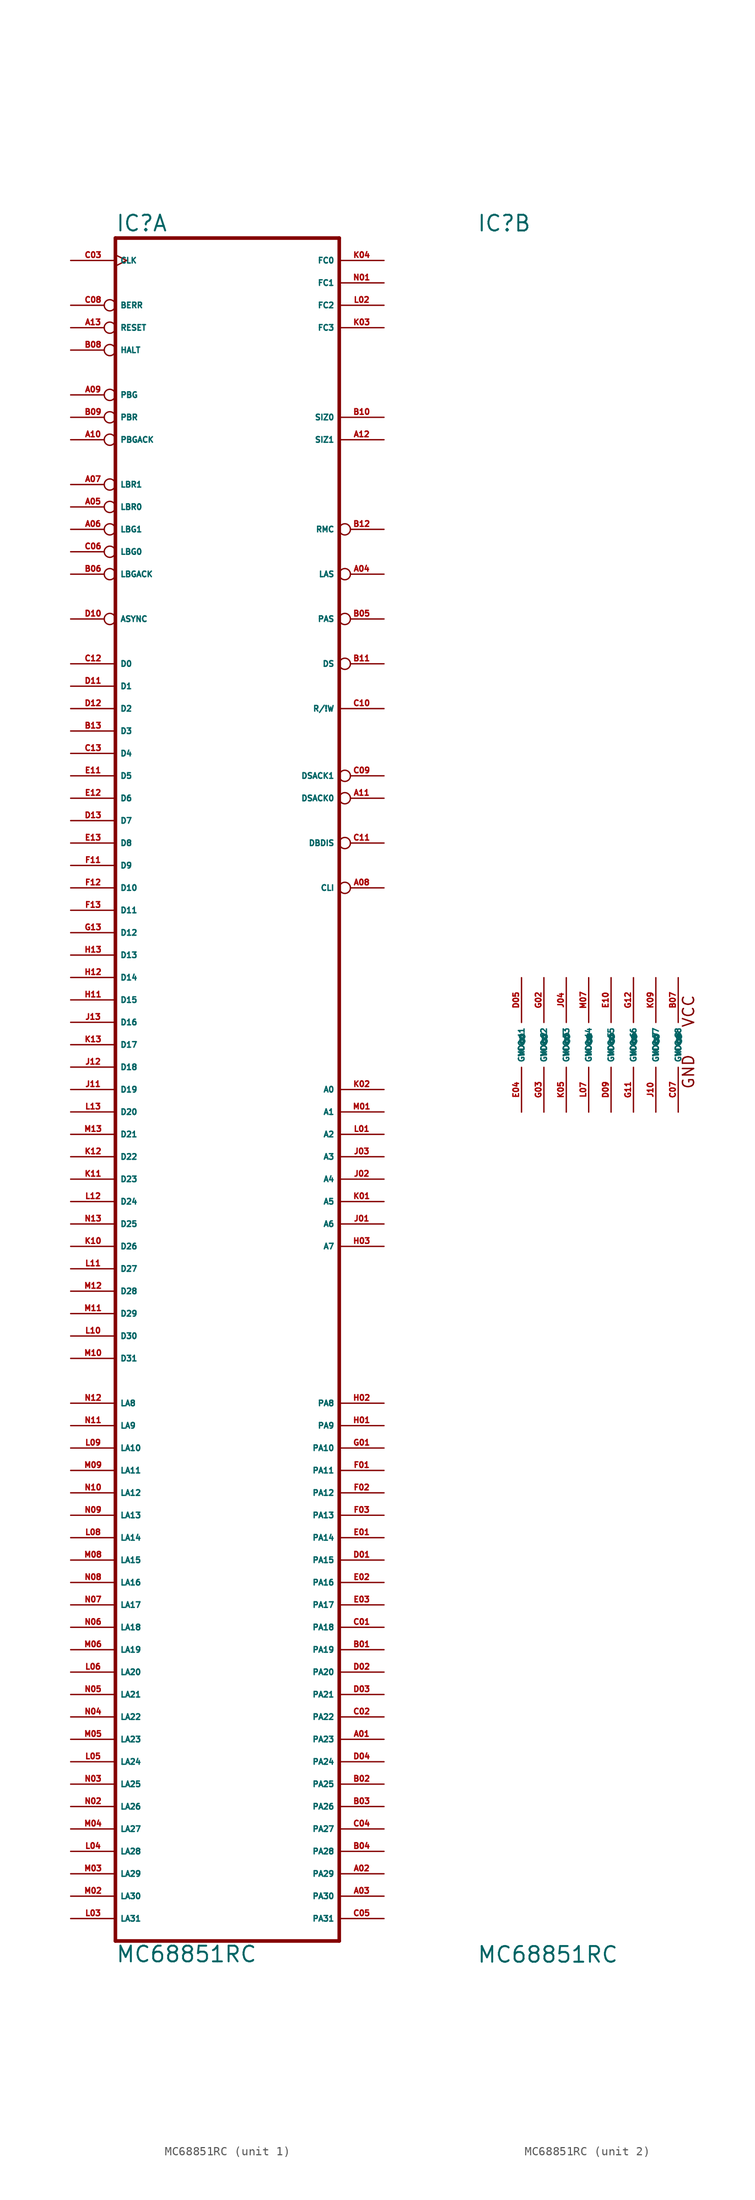
<source format=kicad_sym>
(kicad_symbol_lib
  (version 20220914)
  (generator Eagle2Kicad)
  (symbol "MC68851RC"
    (property "Reference" "IC"
      (at -12.7 92.075 0)
      (effects (font (size 1.778 1.778) (thickness 0.22)) (justify left bottom)))
    (property "Value" "MC68851RC"
      (at -12.7 -104.14 0)
      (effects (font (size 1.778 1.778) (thickness 0.22)) (justify left bottom)))
    (symbol "MC68851RC_1_0"
      (polyline (pts (xy -12.7 -101.6) (xy 12.7 -101.6)) (stroke (width 0.406) (type default)) (fill (type none)))
      (polyline (pts (xy 12.7 91.44) (xy 12.7 -101.6)) (stroke (width 0.406) (type default)) (fill (type none)))
      (polyline (pts (xy 12.7 91.44) (xy -12.7 91.44)) (stroke (width 0.406) (type default)) (fill (type none)))
      (polyline (pts (xy -12.7 -101.6) (xy -12.7 91.44)) (stroke (width 0.406) (type default)) (fill (type none)))
      (pin input clock (at -17.78 88.9 0) (length 5.08) (name "CLK" (effects (font (size 0.635 0.635) (thickness 0.08)) (justify left bottom))) (number "C03" (effects (font (size 0.635 0.635) (thickness 0.08)) (justify left bottom))))
      (pin bidirectional inverted (at -17.78 83.82 0) (length 5.08) (name "BERR" (effects (font (size 0.635 0.635) (thickness 0.08)) (justify left bottom))) (number "C08" (effects (font (size 0.635 0.635) (thickness 0.08)) (justify left bottom))))
      (pin input inverted (at -17.78 81.28 0) (length 5.08) (name "RESET" (effects (font (size 0.635 0.635) (thickness 0.08)) (justify left bottom))) (number "A13" (effects (font (size 0.635 0.635) (thickness 0.08)) (justify left bottom))))
      (pin bidirectional inverted (at -17.78 78.74 0) (length 5.08) (name "HALT" (effects (font (size 0.635 0.635) (thickness 0.08)) (justify left bottom))) (number "B08" (effects (font (size 0.635 0.635) (thickness 0.08)) (justify left bottom))))
      (pin bidirectional inverted (at -17.78 53.34 0) (length 5.08) (name "LBGACK" (effects (font (size 0.635 0.635) (thickness 0.08)) (justify left bottom))) (number "B06" (effects (font (size 0.635 0.635) (thickness 0.08)) (justify left bottom))))
      (pin input inverted (at -17.78 71.12 0) (length 5.08) (name "PBR" (effects (font (size 0.635 0.635) (thickness 0.08)) (justify left bottom))) (number "B09" (effects (font (size 0.635 0.635) (thickness 0.08)) (justify left bottom))))
      (pin input inverted (at -17.78 68.58 0) (length 5.08) (name "PBGACK" (effects (font (size 0.635 0.635) (thickness 0.08)) (justify left bottom))) (number "A10" (effects (font (size 0.635 0.635) (thickness 0.08)) (justify left bottom))))
      (pin input inverted (at -17.78 63.5 0) (length 5.08) (name "LBR1" (effects (font (size 0.635 0.635) (thickness 0.08)) (justify left bottom))) (number "A07" (effects (font (size 0.635 0.635) (thickness 0.08)) (justify left bottom))))
      (pin bidirectional line (at -17.78 43.18 0) (length 5.08) (name "D0" (effects (font (size 0.635 0.635) (thickness 0.08)) (justify left bottom))) (number "C12" (effects (font (size 0.635 0.635) (thickness 0.08)) (justify left bottom))))
      (pin bidirectional line (at -17.78 40.64 0) (length 5.08) (name "D1" (effects (font (size 0.635 0.635) (thickness 0.08)) (justify left bottom))) (number "D11" (effects (font (size 0.635 0.635) (thickness 0.08)) (justify left bottom))))
      (pin bidirectional line (at -17.78 38.1 0) (length 5.08) (name "D2" (effects (font (size 0.635 0.635) (thickness 0.08)) (justify left bottom))) (number "D12" (effects (font (size 0.635 0.635) (thickness 0.08)) (justify left bottom))))
      (pin bidirectional line (at -17.78 35.56 0) (length 5.08) (name "D3" (effects (font (size 0.635 0.635) (thickness 0.08)) (justify left bottom))) (number "B13" (effects (font (size 0.635 0.635) (thickness 0.08)) (justify left bottom))))
      (pin bidirectional line (at -17.78 33.02 0) (length 5.08) (name "D4" (effects (font (size 0.635 0.635) (thickness 0.08)) (justify left bottom))) (number "C13" (effects (font (size 0.635 0.635) (thickness 0.08)) (justify left bottom))))
      (pin bidirectional line (at -17.78 30.48 0) (length 5.08) (name "D5" (effects (font (size 0.635 0.635) (thickness 0.08)) (justify left bottom))) (number "E11" (effects (font (size 0.635 0.635) (thickness 0.08)) (justify left bottom))))
      (pin bidirectional line (at -17.78 27.94 0) (length 5.08) (name "D6" (effects (font (size 0.635 0.635) (thickness 0.08)) (justify left bottom))) (number "E12" (effects (font (size 0.635 0.635) (thickness 0.08)) (justify left bottom))))
      (pin bidirectional line (at -17.78 25.4 0) (length 5.08) (name "D7" (effects (font (size 0.635 0.635) (thickness 0.08)) (justify left bottom))) (number "D13" (effects (font (size 0.635 0.635) (thickness 0.08)) (justify left bottom))))
      (pin bidirectional line (at -17.78 22.86 0) (length 5.08) (name "D8" (effects (font (size 0.635 0.635) (thickness 0.08)) (justify left bottom))) (number "E13" (effects (font (size 0.635 0.635) (thickness 0.08)) (justify left bottom))))
      (pin bidirectional line (at -17.78 20.32 0) (length 5.08) (name "D9" (effects (font (size 0.635 0.635) (thickness 0.08)) (justify left bottom))) (number "F11" (effects (font (size 0.635 0.635) (thickness 0.08)) (justify left bottom))))
      (pin bidirectional line (at -17.78 17.78 0) (length 5.08) (name "D10" (effects (font (size 0.635 0.635) (thickness 0.08)) (justify left bottom))) (number "F12" (effects (font (size 0.635 0.635) (thickness 0.08)) (justify left bottom))))
      (pin bidirectional line (at -17.78 15.24 0) (length 5.08) (name "D11" (effects (font (size 0.635 0.635) (thickness 0.08)) (justify left bottom))) (number "F13" (effects (font (size 0.635 0.635) (thickness 0.08)) (justify left bottom))))
      (pin bidirectional line (at -17.78 12.7 0) (length 5.08) (name "D12" (effects (font (size 0.635 0.635) (thickness 0.08)) (justify left bottom))) (number "G13" (effects (font (size 0.635 0.635) (thickness 0.08)) (justify left bottom))))
      (pin bidirectional line (at -17.78 10.16 0) (length 5.08) (name "D13" (effects (font (size 0.635 0.635) (thickness 0.08)) (justify left bottom))) (number "H13" (effects (font (size 0.635 0.635) (thickness 0.08)) (justify left bottom))))
      (pin bidirectional line (at -17.78 7.62 0) (length 5.08) (name "D14" (effects (font (size 0.635 0.635) (thickness 0.08)) (justify left bottom))) (number "H12" (effects (font (size 0.635 0.635) (thickness 0.08)) (justify left bottom))))
      (pin bidirectional line (at -17.78 5.08 0) (length 5.08) (name "D15" (effects (font (size 0.635 0.635) (thickness 0.08)) (justify left bottom))) (number "H11" (effects (font (size 0.635 0.635) (thickness 0.08)) (justify left bottom))))
      (pin bidirectional line (at 17.78 71.12 180) (length 5.08) (name "SIZ0" (effects (font (size 0.635 0.635) (thickness 0.08)) (justify left bottom))) (number "B10" (effects (font (size 0.635 0.635) (thickness 0.08)) (justify left bottom))))
      (pin bidirectional line (at 17.78 68.58 180) (length 5.08) (name "SIZ1" (effects (font (size 0.635 0.635) (thickness 0.08)) (justify left bottom))) (number "A12" (effects (font (size 0.635 0.635) (thickness 0.08)) (justify left bottom))))
      (pin bidirectional line (at 17.78 88.9 180) (length 5.08) (name "FC0" (effects (font (size 0.635 0.635) (thickness 0.08)) (justify left bottom))) (number "K04" (effects (font (size 0.635 0.635) (thickness 0.08)) (justify left bottom))))
      (pin bidirectional line (at 17.78 86.36 180) (length 5.08) (name "FC1" (effects (font (size 0.635 0.635) (thickness 0.08)) (justify left bottom))) (number "N01" (effects (font (size 0.635 0.635) (thickness 0.08)) (justify left bottom))))
      (pin bidirectional line (at 17.78 83.82 180) (length 5.08) (name "FC2" (effects (font (size 0.635 0.635) (thickness 0.08)) (justify left bottom))) (number "L02" (effects (font (size 0.635 0.635) (thickness 0.08)) (justify left bottom))))
      (pin input inverted (at 17.78 53.34 180) (length 5.08) (name "LAS" (effects (font (size 0.635 0.635) (thickness 0.08)) (justify left bottom))) (number "A04" (effects (font (size 0.635 0.635) (thickness 0.08)) (justify left bottom))))
      (pin bidirectional line (at 17.78 38.1 180) (length 5.08) (name "R/!W" (effects (font (size 0.635 0.635) (thickness 0.08)) (justify left bottom))) (number "C10" (effects (font (size 0.635 0.635) (thickness 0.08)) (justify left bottom))))
      (pin bidirectional inverted (at 17.78 58.42 180) (length 5.08) (name "RMC" (effects (font (size 0.635 0.635) (thickness 0.08)) (justify left bottom))) (number "B12" (effects (font (size 0.635 0.635) (thickness 0.08)) (justify left bottom))))
      (pin output inverted (at 17.78 48.26 180) (length 5.08) (name "PAS" (effects (font (size 0.635 0.635) (thickness 0.08)) (justify left bottom))) (number "B05" (effects (font (size 0.635 0.635) (thickness 0.08)) (justify left bottom))))
      (pin bidirectional line (at 17.78 -7.62 180) (length 5.08) (name "A1" (effects (font (size 0.635 0.635) (thickness 0.08)) (justify left bottom))) (number "M01" (effects (font (size 0.635 0.635) (thickness 0.08)) (justify left bottom))))
      (pin bidirectional line (at 17.78 -10.16 180) (length 5.08) (name "A2" (effects (font (size 0.635 0.635) (thickness 0.08)) (justify left bottom))) (number "L01" (effects (font (size 0.635 0.635) (thickness 0.08)) (justify left bottom))))
      (pin bidirectional line (at 17.78 -12.7 180) (length 5.08) (name "A3" (effects (font (size 0.635 0.635) (thickness 0.08)) (justify left bottom))) (number "J03" (effects (font (size 0.635 0.635) (thickness 0.08)) (justify left bottom))))
      (pin bidirectional line (at 17.78 -15.24 180) (length 5.08) (name "A4" (effects (font (size 0.635 0.635) (thickness 0.08)) (justify left bottom))) (number "J02" (effects (font (size 0.635 0.635) (thickness 0.08)) (justify left bottom))))
      (pin bidirectional line (at 17.78 -17.78 180) (length 5.08) (name "A5" (effects (font (size 0.635 0.635) (thickness 0.08)) (justify left bottom))) (number "K01" (effects (font (size 0.635 0.635) (thickness 0.08)) (justify left bottom))))
      (pin bidirectional line (at 17.78 -20.32 180) (length 5.08) (name "A6" (effects (font (size 0.635 0.635) (thickness 0.08)) (justify left bottom))) (number "J01" (effects (font (size 0.635 0.635) (thickness 0.08)) (justify left bottom))))
      (pin bidirectional line (at 17.78 -22.86 180) (length 5.08) (name "A7" (effects (font (size 0.635 0.635) (thickness 0.08)) (justify left bottom))) (number "H03" (effects (font (size 0.635 0.635) (thickness 0.08)) (justify left bottom))))
      (pin output line (at 17.78 -40.64 180) (length 5.08) (name "PA8" (effects (font (size 0.635 0.635) (thickness 0.08)) (justify left bottom))) (number "H02" (effects (font (size 0.635 0.635) (thickness 0.08)) (justify left bottom))))
      (pin output line (at 17.78 -43.18 180) (length 5.08) (name "PA9" (effects (font (size 0.635 0.635) (thickness 0.08)) (justify left bottom))) (number "H01" (effects (font (size 0.635 0.635) (thickness 0.08)) (justify left bottom))))
      (pin output line (at 17.78 -45.72 180) (length 5.08) (name "PA10" (effects (font (size 0.635 0.635) (thickness 0.08)) (justify left bottom))) (number "G01" (effects (font (size 0.635 0.635) (thickness 0.08)) (justify left bottom))))
      (pin output line (at 17.78 -48.26 180) (length 5.08) (name "PA11" (effects (font (size 0.635 0.635) (thickness 0.08)) (justify left bottom))) (number "F01" (effects (font (size 0.635 0.635) (thickness 0.08)) (justify left bottom))))
      (pin output line (at 17.78 -50.8 180) (length 5.08) (name "PA12" (effects (font (size 0.635 0.635) (thickness 0.08)) (justify left bottom))) (number "F02" (effects (font (size 0.635 0.635) (thickness 0.08)) (justify left bottom))))
      (pin output line (at 17.78 -53.34 180) (length 5.08) (name "PA13" (effects (font (size 0.635 0.635) (thickness 0.08)) (justify left bottom))) (number "F03" (effects (font (size 0.635 0.635) (thickness 0.08)) (justify left bottom))))
      (pin output line (at 17.78 -55.88 180) (length 5.08) (name "PA14" (effects (font (size 0.635 0.635) (thickness 0.08)) (justify left bottom))) (number "E01" (effects (font (size 0.635 0.635) (thickness 0.08)) (justify left bottom))))
      (pin output line (at 17.78 -58.42 180) (length 5.08) (name "PA15" (effects (font (size 0.635 0.635) (thickness 0.08)) (justify left bottom))) (number "D01" (effects (font (size 0.635 0.635) (thickness 0.08)) (justify left bottom))))
      (pin output line (at 17.78 -60.96 180) (length 5.08) (name "PA16" (effects (font (size 0.635 0.635) (thickness 0.08)) (justify left bottom))) (number "E02" (effects (font (size 0.635 0.635) (thickness 0.08)) (justify left bottom))))
      (pin output line (at 17.78 -63.5 180) (length 5.08) (name "PA17" (effects (font (size 0.635 0.635) (thickness 0.08)) (justify left bottom))) (number "E03" (effects (font (size 0.635 0.635) (thickness 0.08)) (justify left bottom))))
      (pin output line (at 17.78 -66.04 180) (length 5.08) (name "PA18" (effects (font (size 0.635 0.635) (thickness 0.08)) (justify left bottom))) (number "C01" (effects (font (size 0.635 0.635) (thickness 0.08)) (justify left bottom))))
      (pin output line (at 17.78 -68.58 180) (length 5.08) (name "PA19" (effects (font (size 0.635 0.635) (thickness 0.08)) (justify left bottom))) (number "B01" (effects (font (size 0.635 0.635) (thickness 0.08)) (justify left bottom))))
      (pin output line (at 17.78 -71.12 180) (length 5.08) (name "PA20" (effects (font (size 0.635 0.635) (thickness 0.08)) (justify left bottom))) (number "D02" (effects (font (size 0.635 0.635) (thickness 0.08)) (justify left bottom))))
      (pin output line (at 17.78 -73.66 180) (length 5.08) (name "PA21" (effects (font (size 0.635 0.635) (thickness 0.08)) (justify left bottom))) (number "D03" (effects (font (size 0.635 0.635) (thickness 0.08)) (justify left bottom))))
      (pin output inverted (at -17.78 60.96 0) (length 5.08) (name "LBR0" (effects (font (size 0.635 0.635) (thickness 0.08)) (justify left bottom))) (number "A05" (effects (font (size 0.635 0.635) (thickness 0.08)) (justify left bottom))))
      (pin input inverted (at -17.78 58.42 0) (length 5.08) (name "LBG1" (effects (font (size 0.635 0.635) (thickness 0.08)) (justify left bottom))) (number "A06" (effects (font (size 0.635 0.635) (thickness 0.08)) (justify left bottom))))
      (pin bidirectional line (at -17.78 2.54 0) (length 5.08) (name "D16" (effects (font (size 0.635 0.635) (thickness 0.08)) (justify left bottom))) (number "J13" (effects (font (size 0.635 0.635) (thickness 0.08)) (justify left bottom))))
      (pin bidirectional line (at -17.78 0 0) (length 5.08) (name "D17" (effects (font (size 0.635 0.635) (thickness 0.08)) (justify left bottom))) (number "K13" (effects (font (size 0.635 0.635) (thickness 0.08)) (justify left bottom))))
      (pin bidirectional line (at -17.78 -2.54 0) (length 5.08) (name "D18" (effects (font (size 0.635 0.635) (thickness 0.08)) (justify left bottom))) (number "J12" (effects (font (size 0.635 0.635) (thickness 0.08)) (justify left bottom))))
      (pin bidirectional line (at -17.78 -5.08 0) (length 5.08) (name "D19" (effects (font (size 0.635 0.635) (thickness 0.08)) (justify left bottom))) (number "J11" (effects (font (size 0.635 0.635) (thickness 0.08)) (justify left bottom))))
      (pin bidirectional line (at -17.78 -7.62 0) (length 5.08) (name "D20" (effects (font (size 0.635 0.635) (thickness 0.08)) (justify left bottom))) (number "L13" (effects (font (size 0.635 0.635) (thickness 0.08)) (justify left bottom))))
      (pin bidirectional line (at -17.78 -10.16 0) (length 5.08) (name "D21" (effects (font (size 0.635 0.635) (thickness 0.08)) (justify left bottom))) (number "M13" (effects (font (size 0.635 0.635) (thickness 0.08)) (justify left bottom))))
      (pin bidirectional line (at -17.78 -12.7 0) (length 5.08) (name "D22" (effects (font (size 0.635 0.635) (thickness 0.08)) (justify left bottom))) (number "K12" (effects (font (size 0.635 0.635) (thickness 0.08)) (justify left bottom))))
      (pin bidirectional line (at -17.78 -15.24 0) (length 5.08) (name "D23" (effects (font (size 0.635 0.635) (thickness 0.08)) (justify left bottom))) (number "K11" (effects (font (size 0.635 0.635) (thickness 0.08)) (justify left bottom))))
      (pin bidirectional line (at -17.78 -17.78 0) (length 5.08) (name "D24" (effects (font (size 0.635 0.635) (thickness 0.08)) (justify left bottom))) (number "L12" (effects (font (size 0.635 0.635) (thickness 0.08)) (justify left bottom))))
      (pin bidirectional line (at -17.78 -20.32 0) (length 5.08) (name "D25" (effects (font (size 0.635 0.635) (thickness 0.08)) (justify left bottom))) (number "N13" (effects (font (size 0.635 0.635) (thickness 0.08)) (justify left bottom))))
      (pin bidirectional line (at -17.78 -22.86 0) (length 5.08) (name "D26" (effects (font (size 0.635 0.635) (thickness 0.08)) (justify left bottom))) (number "K10" (effects (font (size 0.635 0.635) (thickness 0.08)) (justify left bottom))))
      (pin bidirectional line (at -17.78 -25.4 0) (length 5.08) (name "D27" (effects (font (size 0.635 0.635) (thickness 0.08)) (justify left bottom))) (number "L11" (effects (font (size 0.635 0.635) (thickness 0.08)) (justify left bottom))))
      (pin bidirectional line (at -17.78 -27.94 0) (length 5.08) (name "D28" (effects (font (size 0.635 0.635) (thickness 0.08)) (justify left bottom))) (number "M12" (effects (font (size 0.635 0.635) (thickness 0.08)) (justify left bottom))))
      (pin bidirectional line (at -17.78 -30.48 0) (length 5.08) (name "D29" (effects (font (size 0.635 0.635) (thickness 0.08)) (justify left bottom))) (number "M11" (effects (font (size 0.635 0.635) (thickness 0.08)) (justify left bottom))))
      (pin bidirectional line (at -17.78 -33.02 0) (length 5.08) (name "D30" (effects (font (size 0.635 0.635) (thickness 0.08)) (justify left bottom))) (number "L10" (effects (font (size 0.635 0.635) (thickness 0.08)) (justify left bottom))))
      (pin bidirectional line (at -17.78 -35.56 0) (length 5.08) (name "D31" (effects (font (size 0.635 0.635) (thickness 0.08)) (justify left bottom))) (number "M10" (effects (font (size 0.635 0.635) (thickness 0.08)) (justify left bottom))))
      (pin output line (at 17.78 -76.2 180) (length 5.08) (name "PA22" (effects (font (size 0.635 0.635) (thickness 0.08)) (justify left bottom))) (number "C02" (effects (font (size 0.635 0.635) (thickness 0.08)) (justify left bottom))))
      (pin output line (at 17.78 -78.74 180) (length 5.08) (name "PA23" (effects (font (size 0.635 0.635) (thickness 0.08)) (justify left bottom))) (number "A01" (effects (font (size 0.635 0.635) (thickness 0.08)) (justify left bottom))))
      (pin output line (at 17.78 -81.28 180) (length 5.08) (name "PA24" (effects (font (size 0.635 0.635) (thickness 0.08)) (justify left bottom))) (number "D04" (effects (font (size 0.635 0.635) (thickness 0.08)) (justify left bottom))))
      (pin output line (at 17.78 -83.82 180) (length 5.08) (name "PA25" (effects (font (size 0.635 0.635) (thickness 0.08)) (justify left bottom))) (number "B02" (effects (font (size 0.635 0.635) (thickness 0.08)) (justify left bottom))))
      (pin output line (at 17.78 -86.36 180) (length 5.08) (name "PA26" (effects (font (size 0.635 0.635) (thickness 0.08)) (justify left bottom))) (number "B03" (effects (font (size 0.635 0.635) (thickness 0.08)) (justify left bottom))))
      (pin output line (at 17.78 -88.9 180) (length 5.08) (name "PA27" (effects (font (size 0.635 0.635) (thickness 0.08)) (justify left bottom))) (number "C04" (effects (font (size 0.635 0.635) (thickness 0.08)) (justify left bottom))))
      (pin output line (at 17.78 -91.44 180) (length 5.08) (name "PA28" (effects (font (size 0.635 0.635) (thickness 0.08)) (justify left bottom))) (number "B04" (effects (font (size 0.635 0.635) (thickness 0.08)) (justify left bottom))))
      (pin output line (at 17.78 -93.98 180) (length 5.08) (name "PA29" (effects (font (size 0.635 0.635) (thickness 0.08)) (justify left bottom))) (number "A02" (effects (font (size 0.635 0.635) (thickness 0.08)) (justify left bottom))))
      (pin bidirectional line (at 17.78 -5.08 180) (length 5.08) (name "A0" (effects (font (size 0.635 0.635) (thickness 0.08)) (justify left bottom))) (number "K02" (effects (font (size 0.635 0.635) (thickness 0.08)) (justify left bottom))))
      (pin bidirectional inverted (at 17.78 43.18 180) (length 5.08) (name "DS" (effects (font (size 0.635 0.635) (thickness 0.08)) (justify left bottom))) (number "B11" (effects (font (size 0.635 0.635) (thickness 0.08)) (justify left bottom))))
      (pin output inverted (at 17.78 22.86 180) (length 5.08) (name "DBDIS" (effects (font (size 0.635 0.635) (thickness 0.08)) (justify left bottom))) (number "C11" (effects (font (size 0.635 0.635) (thickness 0.08)) (justify left bottom))))
      (pin bidirectional inverted (at 17.78 27.94 180) (length 5.08) (name "DSACK0" (effects (font (size 0.635 0.635) (thickness 0.08)) (justify left bottom))) (number "A11" (effects (font (size 0.635 0.635) (thickness 0.08)) (justify left bottom))))
      (pin bidirectional inverted (at 17.78 30.48 180) (length 5.08) (name "DSACK1" (effects (font (size 0.635 0.635) (thickness 0.08)) (justify left bottom))) (number "C09" (effects (font (size 0.635 0.635) (thickness 0.08)) (justify left bottom))))
      (pin output inverted (at -17.78 73.66 0) (length 5.08) (name "PBG" (effects (font (size 0.635 0.635) (thickness 0.08)) (justify left bottom))) (number "A09" (effects (font (size 0.635 0.635) (thickness 0.08)) (justify left bottom))))
      (pin output inverted (at -17.78 55.88 0) (length 5.08) (name "LBG0" (effects (font (size 0.635 0.635) (thickness 0.08)) (justify left bottom))) (number "C06" (effects (font (size 0.635 0.635) (thickness 0.08)) (justify left bottom))))
      (pin input inverted (at -17.78 48.26 0) (length 5.08) (name "ASYNC" (effects (font (size 0.635 0.635) (thickness 0.08)) (justify left bottom))) (number "D10" (effects (font (size 0.635 0.635) (thickness 0.08)) (justify left bottom))))
      (pin output inverted (at 17.78 17.78 180) (length 5.08) (name "CLI" (effects (font (size 0.635 0.635) (thickness 0.08)) (justify left bottom))) (number "A08" (effects (font (size 0.635 0.635) (thickness 0.08)) (justify left bottom))))
      (pin bidirectional line (at 17.78 81.28 180) (length 5.08) (name "FC3" (effects (font (size 0.635 0.635) (thickness 0.08)) (justify left bottom))) (number "K03" (effects (font (size 0.635 0.635) (thickness 0.08)) (justify left bottom))))
      (pin output line (at 17.78 -96.52 180) (length 5.08) (name "PA30" (effects (font (size 0.635 0.635) (thickness 0.08)) (justify left bottom))) (number "A03" (effects (font (size 0.635 0.635) (thickness 0.08)) (justify left bottom))))
      (pin output line (at 17.78 -99.06 180) (length 5.08) (name "PA31" (effects (font (size 0.635 0.635) (thickness 0.08)) (justify left bottom))) (number "C05" (effects (font (size 0.635 0.635) (thickness 0.08)) (justify left bottom))))
      (pin input line (at -17.78 -40.64 0) (length 5.08) (name "LA8" (effects (font (size 0.635 0.635) (thickness 0.08)) (justify left bottom))) (number "N12" (effects (font (size 0.635 0.635) (thickness 0.08)) (justify left bottom))))
      (pin input line (at -17.78 -43.18 0) (length 5.08) (name "LA9" (effects (font (size 0.635 0.635) (thickness 0.08)) (justify left bottom))) (number "N11" (effects (font (size 0.635 0.635) (thickness 0.08)) (justify left bottom))))
      (pin input line (at -17.78 -45.72 0) (length 5.08) (name "LA10" (effects (font (size 0.635 0.635) (thickness 0.08)) (justify left bottom))) (number "L09" (effects (font (size 0.635 0.635) (thickness 0.08)) (justify left bottom))))
      (pin input line (at -17.78 -48.26 0) (length 5.08) (name "LA11" (effects (font (size 0.635 0.635) (thickness 0.08)) (justify left bottom))) (number "M09" (effects (font (size 0.635 0.635) (thickness 0.08)) (justify left bottom))))
      (pin input line (at -17.78 -50.8 0) (length 5.08) (name "LA12" (effects (font (size 0.635 0.635) (thickness 0.08)) (justify left bottom))) (number "N10" (effects (font (size 0.635 0.635) (thickness 0.08)) (justify left bottom))))
      (pin input line (at -17.78 -53.34 0) (length 5.08) (name "LA13" (effects (font (size 0.635 0.635) (thickness 0.08)) (justify left bottom))) (number "N09" (effects (font (size 0.635 0.635) (thickness 0.08)) (justify left bottom))))
      (pin input line (at -17.78 -55.88 0) (length 5.08) (name "LA14" (effects (font (size 0.635 0.635) (thickness 0.08)) (justify left bottom))) (number "L08" (effects (font (size 0.635 0.635) (thickness 0.08)) (justify left bottom))))
      (pin input line (at -17.78 -58.42 0) (length 5.08) (name "LA15" (effects (font (size 0.635 0.635) (thickness 0.08)) (justify left bottom))) (number "M08" (effects (font (size 0.635 0.635) (thickness 0.08)) (justify left bottom))))
      (pin input line (at -17.78 -60.96 0) (length 5.08) (name "LA16" (effects (font (size 0.635 0.635) (thickness 0.08)) (justify left bottom))) (number "N08" (effects (font (size 0.635 0.635) (thickness 0.08)) (justify left bottom))))
      (pin input line (at -17.78 -63.5 0) (length 5.08) (name "LA17" (effects (font (size 0.635 0.635) (thickness 0.08)) (justify left bottom))) (number "N07" (effects (font (size 0.635 0.635) (thickness 0.08)) (justify left bottom))))
      (pin input line (at -17.78 -66.04 0) (length 5.08) (name "LA18" (effects (font (size 0.635 0.635) (thickness 0.08)) (justify left bottom))) (number "N06" (effects (font (size 0.635 0.635) (thickness 0.08)) (justify left bottom))))
      (pin input line (at -17.78 -68.58 0) (length 5.08) (name "LA19" (effects (font (size 0.635 0.635) (thickness 0.08)) (justify left bottom))) (number "M06" (effects (font (size 0.635 0.635) (thickness 0.08)) (justify left bottom))))
      (pin input line (at -17.78 -71.12 0) (length 5.08) (name "LA20" (effects (font (size 0.635 0.635) (thickness 0.08)) (justify left bottom))) (number "L06" (effects (font (size 0.635 0.635) (thickness 0.08)) (justify left bottom))))
      (pin input line (at -17.78 -73.66 0) (length 5.08) (name "LA21" (effects (font (size 0.635 0.635) (thickness 0.08)) (justify left bottom))) (number "N05" (effects (font (size 0.635 0.635) (thickness 0.08)) (justify left bottom))))
      (pin input line (at -17.78 -76.2 0) (length 5.08) (name "LA22" (effects (font (size 0.635 0.635) (thickness 0.08)) (justify left bottom))) (number "N04" (effects (font (size 0.635 0.635) (thickness 0.08)) (justify left bottom))))
      (pin input line (at -17.78 -78.74 0) (length 5.08) (name "LA23" (effects (font (size 0.635 0.635) (thickness 0.08)) (justify left bottom))) (number "M05" (effects (font (size 0.635 0.635) (thickness 0.08)) (justify left bottom))))
      (pin input line (at -17.78 -81.28 0) (length 5.08) (name "LA24" (effects (font (size 0.635 0.635) (thickness 0.08)) (justify left bottom))) (number "L05" (effects (font (size 0.635 0.635) (thickness 0.08)) (justify left bottom))))
      (pin input line (at -17.78 -83.82 0) (length 5.08) (name "LA25" (effects (font (size 0.635 0.635) (thickness 0.08)) (justify left bottom))) (number "N03" (effects (font (size 0.635 0.635) (thickness 0.08)) (justify left bottom))))
      (pin input line (at -17.78 -86.36 0) (length 5.08) (name "LA26" (effects (font (size 0.635 0.635) (thickness 0.08)) (justify left bottom))) (number "N02" (effects (font (size 0.635 0.635) (thickness 0.08)) (justify left bottom))))
      (pin input line (at -17.78 -88.9 0) (length 5.08) (name "LA27" (effects (font (size 0.635 0.635) (thickness 0.08)) (justify left bottom))) (number "M04" (effects (font (size 0.635 0.635) (thickness 0.08)) (justify left bottom))))
      (pin input line (at -17.78 -91.44 0) (length 5.08) (name "LA28" (effects (font (size 0.635 0.635) (thickness 0.08)) (justify left bottom))) (number "L04" (effects (font (size 0.635 0.635) (thickness 0.08)) (justify left bottom))))
      (pin input line (at -17.78 -93.98 0) (length 5.08) (name "LA29" (effects (font (size 0.635 0.635) (thickness 0.08)) (justify left bottom))) (number "M03" (effects (font (size 0.635 0.635) (thickness 0.08)) (justify left bottom))))
      (pin input line (at -17.78 -96.52 0) (length 5.08) (name "LA30" (effects (font (size 0.635 0.635) (thickness 0.08)) (justify left bottom))) (number "M02" (effects (font (size 0.635 0.635) (thickness 0.08)) (justify left bottom))))
      (pin input line (at -17.78 -99.06 0) (length 5.08) (name "LA31" (effects (font (size 0.635 0.635) (thickness 0.08)) (justify left bottom))) (number "L03" (effects (font (size 0.635 0.635) (thickness 0.08)) (justify left bottom)))))
    (symbol "MC68851RC_2_0"
      (text "GND" (at 12.065 -5.08 900) (effects (font (size 1.27 1.27) (thickness 0.16)) (justify left bottom)))
      (text "VCC" (at 12.065 1.905 900) (effects (font (size 1.27 1.27) (thickness 0.16)) (justify left bottom)))
      (pin unspecified line (at -7.62 -7.62 90) (length 5.08) (name "GND@1" (effects (font (size 0.635 0.635) (thickness 0.08)) (justify left bottom))) (number "E04" (effects (font (size 0.635 0.635) (thickness 0.08)) (justify left bottom))))
      (pin unspecified line (at -5.08 -7.62 90) (length 5.08) (name "GND@2" (effects (font (size 0.635 0.635) (thickness 0.08)) (justify left bottom))) (number "G03" (effects (font (size 0.635 0.635) (thickness 0.08)) (justify left bottom))))
      (pin unspecified line (at -2.54 -7.62 90) (length 5.08) (name "GND@3" (effects (font (size 0.635 0.635) (thickness 0.08)) (justify left bottom))) (number "K05" (effects (font (size 0.635 0.635) (thickness 0.08)) (justify left bottom))))
      (pin unspecified line (at 0 -7.62 90) (length 5.08) (name "GND@4" (effects (font (size 0.635 0.635) (thickness 0.08)) (justify left bottom))) (number "L07" (effects (font (size 0.635 0.635) (thickness 0.08)) (justify left bottom))))
      (pin unspecified line (at 2.54 -7.62 90) (length 5.08) (name "GND@5" (effects (font (size 0.635 0.635) (thickness 0.08)) (justify left bottom))) (number "D09" (effects (font (size 0.635 0.635) (thickness 0.08)) (justify left bottom))))
      (pin unspecified line (at 5.08 -7.62 90) (length 5.08) (name "GND@6" (effects (font (size 0.635 0.635) (thickness 0.08)) (justify left bottom))) (number "G11" (effects (font (size 0.635 0.635) (thickness 0.08)) (justify left bottom))))
      (pin unspecified line (at 7.62 -7.62 90) (length 5.08) (name "GND@7" (effects (font (size 0.635 0.635) (thickness 0.08)) (justify left bottom))) (number "J10" (effects (font (size 0.635 0.635) (thickness 0.08)) (justify left bottom))))
      (pin unspecified line (at 10.16 -7.62 90) (length 5.08) (name "GND@8" (effects (font (size 0.635 0.635) (thickness 0.08)) (justify left bottom))) (number "C07" (effects (font (size 0.635 0.635) (thickness 0.08)) (justify left bottom))))
      (pin unspecified line (at -7.62 7.62 270) (length 5.08) (name "VCC@1" (effects (font (size 0.635 0.635) (thickness 0.08)) (justify left bottom))) (number "D05" (effects (font (size 0.635 0.635) (thickness 0.08)) (justify left bottom))))
      (pin unspecified line (at -5.08 7.62 270) (length 5.08) (name "VCC@2" (effects (font (size 0.635 0.635) (thickness 0.08)) (justify left bottom))) (number "G02" (effects (font (size 0.635 0.635) (thickness 0.08)) (justify left bottom))))
      (pin unspecified line (at -2.54 7.62 270) (length 5.08) (name "VCC@3" (effects (font (size 0.635 0.635) (thickness 0.08)) (justify left bottom))) (number "J04" (effects (font (size 0.635 0.635) (thickness 0.08)) (justify left bottom))))
      (pin unspecified line (at 0 7.62 270) (length 5.08) (name "VCC@4" (effects (font (size 0.635 0.635) (thickness 0.08)) (justify left bottom))) (number "M07" (effects (font (size 0.635 0.635) (thickness 0.08)) (justify left bottom))))
      (pin unspecified line (at 2.54 7.62 270) (length 5.08) (name "VCC@5" (effects (font (size 0.635 0.635) (thickness 0.08)) (justify left bottom))) (number "E10" (effects (font (size 0.635 0.635) (thickness 0.08)) (justify left bottom))))
      (pin unspecified line (at 5.08 7.62 270) (length 5.08) (name "VCC@6" (effects (font (size 0.635 0.635) (thickness 0.08)) (justify left bottom))) (number "G12" (effects (font (size 0.635 0.635) (thickness 0.08)) (justify left bottom))))
      (pin unspecified line (at 7.62 7.62 270) (length 5.08) (name "VCC@7" (effects (font (size 0.635 0.635) (thickness 0.08)) (justify left bottom))) (number "K09" (effects (font (size 0.635 0.635) (thickness 0.08)) (justify left bottom))))
      (pin unspecified line (at 10.16 7.62 270) (length 5.08) (name "VCC@8" (effects (font (size 0.635 0.635) (thickness 0.08)) (justify left bottom))) (number "B07" (effects (font (size 0.635 0.635) (thickness 0.08)) (justify left bottom)))))))
</source>
